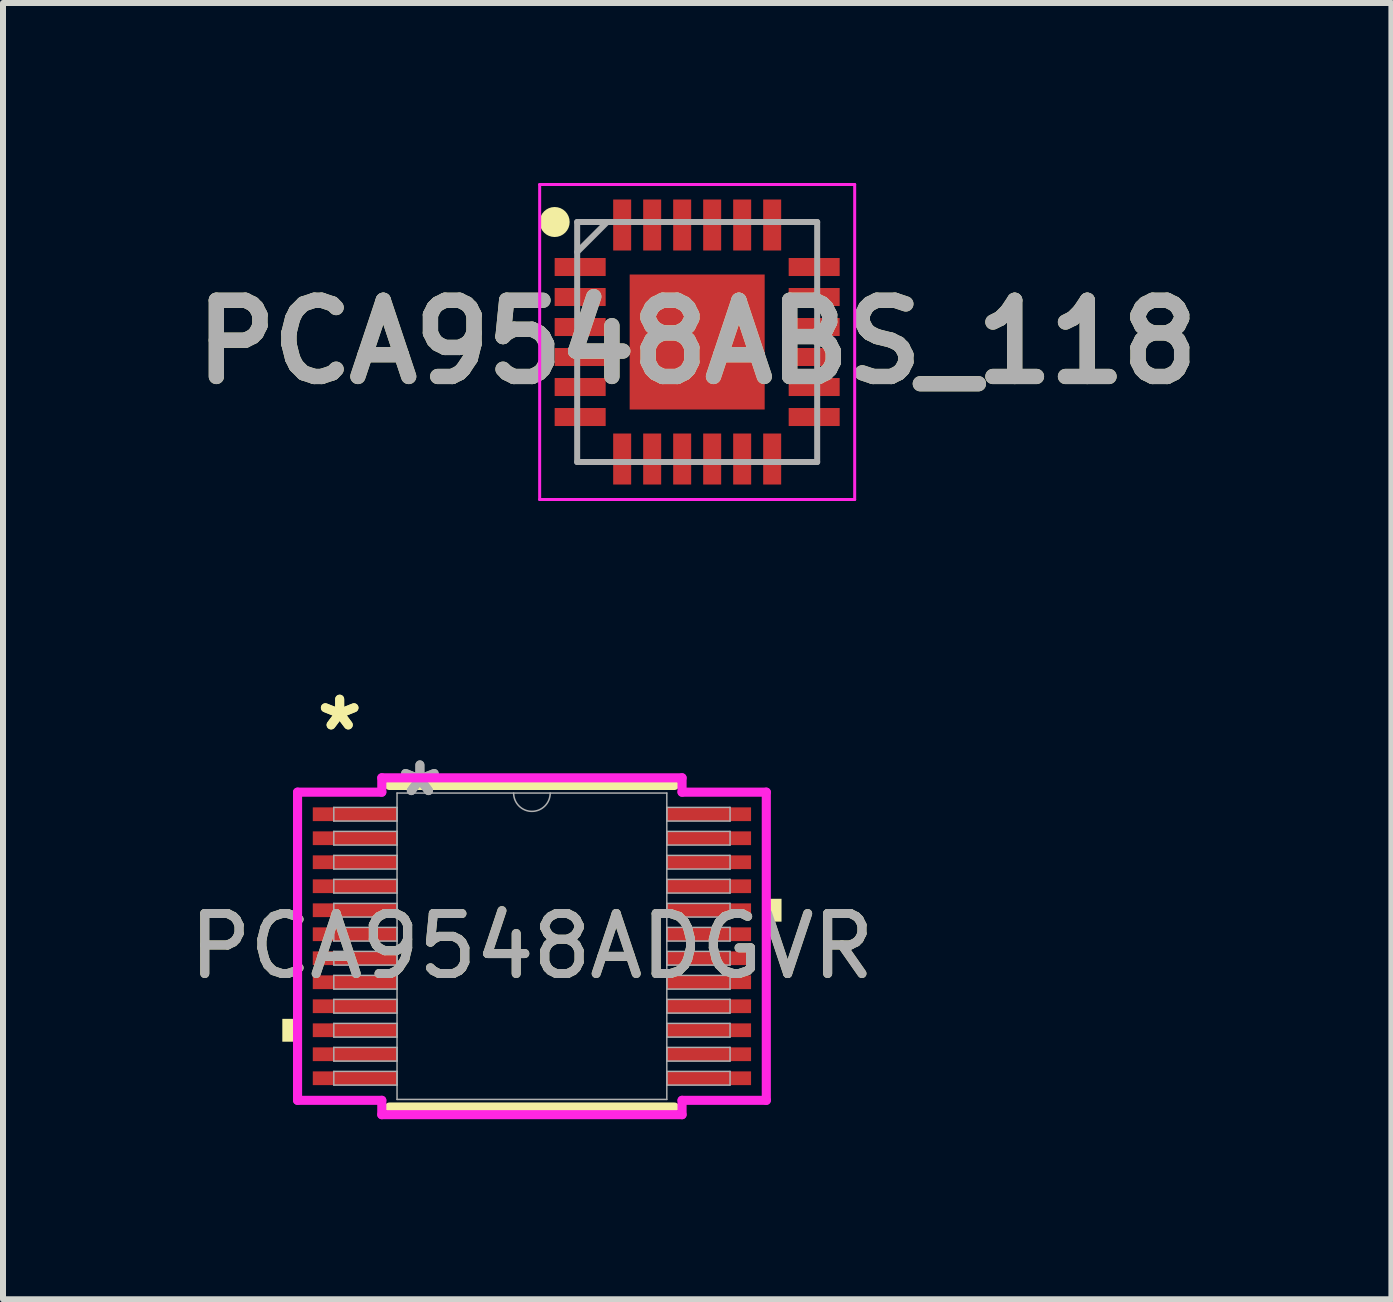
<source format=kicad_pcb>
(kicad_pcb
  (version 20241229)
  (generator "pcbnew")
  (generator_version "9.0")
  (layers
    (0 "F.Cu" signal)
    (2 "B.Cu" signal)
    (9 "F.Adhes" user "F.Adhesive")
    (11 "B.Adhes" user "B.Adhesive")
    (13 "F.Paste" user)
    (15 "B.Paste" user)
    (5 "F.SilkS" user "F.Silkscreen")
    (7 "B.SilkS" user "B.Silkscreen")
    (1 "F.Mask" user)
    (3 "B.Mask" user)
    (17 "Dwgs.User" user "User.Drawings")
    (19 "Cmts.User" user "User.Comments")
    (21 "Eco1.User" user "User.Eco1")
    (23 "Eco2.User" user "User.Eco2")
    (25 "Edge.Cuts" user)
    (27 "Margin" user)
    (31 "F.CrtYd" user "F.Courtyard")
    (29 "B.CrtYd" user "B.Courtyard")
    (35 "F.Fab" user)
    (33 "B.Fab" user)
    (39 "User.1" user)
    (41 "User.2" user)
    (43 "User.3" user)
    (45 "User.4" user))
  (footprint "PCA9548ADGVR"
    (layer "F.Cu")
    (at 5.815 12.72)
    (property "Reference" "PCA9548ADGVR" (at 0 0 0) (unlocked yes) (layer "F.SilkS") (effects (font (size 1 1) (thickness 0.15))))
    (attr smd)
    (fp_line (start -2.375 2.68) (end 2.375 2.68) (stroke (width 0.152) (type solid)) (layer "F.SilkS"))
    (fp_line (start 2.375 -2.68) (end -2.375 -2.68) (stroke (width 0.152) (type solid)) (layer "F.SilkS"))
    (fp_poly (pts (xy -4.16 1.21) (xy -4.16 1.591) (xy -3.906 1.591) (xy -3.906 1.21)) (stroke (width 0) (type solid)) (fill yes) (layer "F.SilkS"))
    (fp_poly (pts (xy 4.16 -0.791) (xy 4.16 -0.41) (xy 3.906 -0.41) (xy 3.906 -0.791)) (stroke (width 0) (type solid)) (fill yes) (layer "F.SilkS"))
    (fp_line (start -3.906 -2.568) (end -2.502 -2.568) (stroke (width 0.152) (type solid)) (layer "F.CrtYd"))
    (fp_line (start -3.906 2.568) (end -3.906 -2.568) (stroke (width 0.152) (type solid)) (layer "F.CrtYd"))
    (fp_line (start -3.906 2.568) (end -2.502 2.568) (stroke (width 0.152) (type solid)) (layer "F.CrtYd"))
    (fp_line (start -2.502 -2.807) (end 2.502 -2.807) (stroke (width 0.152) (type solid)) (layer "F.CrtYd"))
    (fp_line (start -2.502 -2.568) (end -2.502 -2.807) (stroke (width 0.152) (type solid)) (layer "F.CrtYd"))
    (fp_line (start -2.502 2.807) (end -2.502 2.568) (stroke (width 0.152) (type solid)) (layer "F.CrtYd"))
    (fp_line (start 2.502 -2.807) (end 2.502 -2.568) (stroke (width 0.152) (type solid)) (layer "F.CrtYd"))
    (fp_line (start 2.502 2.568) (end 2.502 2.807) (stroke (width 0.152) (type solid)) (layer "F.CrtYd"))
    (fp_line (start 2.502 2.807) (end -2.502 2.807) (stroke (width 0.152) (type solid)) (layer "F.CrtYd"))
    (fp_line (start 3.906 -2.568) (end 2.502 -2.568) (stroke (width 0.152) (type solid)) (layer "F.CrtYd"))
    (fp_line (start 3.906 -2.568) (end 3.906 2.568) (stroke (width 0.152) (type solid)) (layer "F.CrtYd"))
    (fp_line (start 3.906 2.568) (end 2.502 2.568) (stroke (width 0.152) (type solid)) (layer "F.CrtYd"))
    (fp_line (start -3.302 -2.314) (end -3.302 -2.086) (stroke (width 0.025) (type solid)) (layer "F.Fab"))
    (fp_line (start -3.302 -2.086) (end -2.248 -2.086) (stroke (width 0.025) (type solid)) (layer "F.Fab"))
    (fp_line (start -3.302 -1.914) (end -3.302 -1.686) (stroke (width 0.025) (type solid)) (layer "F.Fab"))
    (fp_line (start -3.302 -1.686) (end -2.248 -1.686) (stroke (width 0.025) (type solid)) (layer "F.Fab"))
    (fp_line (start -3.302 -1.514) (end -3.302 -1.286) (stroke (width 0.025) (type solid)) (layer "F.Fab"))
    (fp_line (start -3.302 -1.286) (end -2.248 -1.286) (stroke (width 0.025) (type solid)) (layer "F.Fab"))
    (fp_line (start -3.302 -1.114) (end -3.302 -0.886) (stroke (width 0.025) (type solid)) (layer "F.Fab"))
    (fp_line (start -3.302 -0.886) (end -2.248 -0.886) (stroke (width 0.025) (type solid)) (layer "F.Fab"))
    (fp_line (start -3.302 -0.714) (end -3.302 -0.486) (stroke (width 0.025) (type solid)) (layer "F.Fab"))
    (fp_line (start -3.302 -0.486) (end -2.248 -0.486) (stroke (width 0.025) (type solid)) (layer "F.Fab"))
    (fp_line (start -3.302 -0.314) (end -3.302 -0.086) (stroke (width 0.025) (type solid)) (layer "F.Fab"))
    (fp_line (start -3.302 -0.086) (end -2.248 -0.086) (stroke (width 0.025) (type solid)) (layer "F.Fab"))
    (fp_line (start -3.302 0.086) (end -3.302 0.314) (stroke (width 0.025) (type solid)) (layer "F.Fab"))
    (fp_line (start -3.302 0.314) (end -2.248 0.314) (stroke (width 0.025) (type solid)) (layer "F.Fab"))
    (fp_line (start -3.302 0.486) (end -3.302 0.714) (stroke (width 0.025) (type solid)) (layer "F.Fab"))
    (fp_line (start -3.302 0.714) (end -2.248 0.714) (stroke (width 0.025) (type solid)) (layer "F.Fab"))
    (fp_line (start -3.302 0.886) (end -3.302 1.114) (stroke (width 0.025) (type solid)) (layer "F.Fab"))
    (fp_line (start -3.302 1.114) (end -2.248 1.114) (stroke (width 0.025) (type solid)) (layer "F.Fab"))
    (fp_line (start -3.302 1.286) (end -3.302 1.514) (stroke (width 0.025) (type solid)) (layer "F.Fab"))
    (fp_line (start -3.302 1.514) (end -2.248 1.514) (stroke (width 0.025) (type solid)) (layer "F.Fab"))
    (fp_line (start -3.302 1.686) (end -3.302 1.914) (stroke (width 0.025) (type solid)) (layer "F.Fab"))
    (fp_line (start -3.302 1.914) (end -2.248 1.914) (stroke (width 0.025) (type solid)) (layer "F.Fab"))
    (fp_line (start -3.302 2.086) (end -3.302 2.314) (stroke (width 0.025) (type solid)) (layer "F.Fab"))
    (fp_line (start -3.302 2.314) (end -2.248 2.314) (stroke (width 0.025) (type solid)) (layer "F.Fab"))
    (fp_line (start -2.248 -2.553) (end -2.248 2.553) (stroke (width 0.025) (type solid)) (layer "F.Fab"))
    (fp_line (start -2.248 -2.314) (end -3.302 -2.314) (stroke (width 0.025) (type solid)) (layer "F.Fab"))
    (fp_line (start -2.248 -2.086) (end -2.248 -2.314) (stroke (width 0.025) (type solid)) (layer "F.Fab"))
    (fp_line (start -2.248 -1.914) (end -3.302 -1.914) (stroke (width 0.025) (type solid)) (layer "F.Fab"))
    (fp_line (start -2.248 -1.686) (end -2.248 -1.914) (stroke (width 0.025) (type solid)) (layer "F.Fab"))
    (fp_line (start -2.248 -1.514) (end -3.302 -1.514) (stroke (width 0.025) (type solid)) (layer "F.Fab"))
    (fp_line (start -2.248 -1.286) (end -2.248 -1.514) (stroke (width 0.025) (type solid)) (layer "F.Fab"))
    (fp_line (start -2.248 -1.114) (end -3.302 -1.114) (stroke (width 0.025) (type solid)) (layer "F.Fab"))
    (fp_line (start -2.248 -0.886) (end -2.248 -1.114) (stroke (width 0.025) (type solid)) (layer "F.Fab"))
    (fp_line (start -2.248 -0.714) (end -3.302 -0.714) (stroke (width 0.025) (type solid)) (layer "F.Fab"))
    (fp_line (start -2.248 -0.486) (end -2.248 -0.714) (stroke (width 0.025) (type solid)) (layer "F.Fab"))
    (fp_line (start -2.248 -0.314) (end -3.302 -0.314) (stroke (width 0.025) (type solid)) (layer "F.Fab"))
    (fp_line (start -2.248 -0.086) (end -2.248 -0.314) (stroke (width 0.025) (type solid)) (layer "F.Fab"))
    (fp_line (start -2.248 0.086) (end -3.302 0.086) (stroke (width 0.025) (type solid)) (layer "F.Fab"))
    (fp_line (start -2.248 0.314) (end -2.248 0.086) (stroke (width 0.025) (type solid)) (layer "F.Fab"))
    (fp_line (start -2.248 0.486) (end -3.302 0.486) (stroke (width 0.025) (type solid)) (layer "F.Fab"))
    (fp_line (start -2.248 0.714) (end -2.248 0.486) (stroke (width 0.025) (type solid)) (layer "F.Fab"))
    (fp_line (start -2.248 0.886) (end -3.302 0.886) (stroke (width 0.025) (type solid)) (layer "F.Fab"))
    (fp_line (start -2.248 1.114) (end -2.248 0.886) (stroke (width 0.025) (type solid)) (layer "F.Fab"))
    (fp_line (start -2.248 1.286) (end -3.302 1.286) (stroke (width 0.025) (type solid)) (layer "F.Fab"))
    (fp_line (start -2.248 1.514) (end -2.248 1.286) (stroke (width 0.025) (type solid)) (layer "F.Fab"))
    (fp_line (start -2.248 1.686) (end -3.302 1.686) (stroke (width 0.025) (type solid)) (layer "F.Fab"))
    (fp_line (start -2.248 1.914) (end -2.248 1.686) (stroke (width 0.025) (type solid)) (layer "F.Fab"))
    (fp_line (start -2.248 2.086) (end -3.302 2.086) (stroke (width 0.025) (type solid)) (layer "F.Fab"))
    (fp_line (start -2.248 2.314) (end -2.248 2.086) (stroke (width 0.025) (type solid)) (layer "F.Fab"))
    (fp_line (start -2.248 2.553) (end 2.248 2.553) (stroke (width 0.025) (type solid)) (layer "F.Fab"))
    (fp_line (start 2.248 -2.553) (end -2.248 -2.553) (stroke (width 0.025) (type solid)) (layer "F.Fab"))
    (fp_line (start 2.248 -2.314) (end 2.248 -2.086) (stroke (width 0.025) (type solid)) (layer "F.Fab"))
    (fp_line (start 2.248 -2.086) (end 3.302 -2.086) (stroke (width 0.025) (type solid)) (layer "F.Fab"))
    (fp_line (start 2.248 -1.914) (end 2.248 -1.686) (stroke (width 0.025) (type solid)) (layer "F.Fab"))
    (fp_line (start 2.248 -1.686) (end 3.302 -1.686) (stroke (width 0.025) (type solid)) (layer "F.Fab"))
    (fp_line (start 2.248 -1.514) (end 2.248 -1.286) (stroke (width 0.025) (type solid)) (layer "F.Fab"))
    (fp_line (start 2.248 -1.286) (end 3.302 -1.286) (stroke (width 0.025) (type solid)) (layer "F.Fab"))
    (fp_line (start 2.248 -1.114) (end 2.248 -0.886) (stroke (width 0.025) (type solid)) (layer "F.Fab"))
    (fp_line (start 2.248 -0.886) (end 3.302 -0.886) (stroke (width 0.025) (type solid)) (layer "F.Fab"))
    (fp_line (start 2.248 -0.714) (end 2.248 -0.486) (stroke (width 0.025) (type solid)) (layer "F.Fab"))
    (fp_line (start 2.248 -0.486) (end 3.302 -0.486) (stroke (width 0.025) (type solid)) (layer "F.Fab"))
    (fp_line (start 2.248 -0.314) (end 2.248 -0.086) (stroke (width 0.025) (type solid)) (layer "F.Fab"))
    (fp_line (start 2.248 -0.086) (end 3.302 -0.086) (stroke (width 0.025) (type solid)) (layer "F.Fab"))
    (fp_line (start 2.248 0.086) (end 2.248 0.314) (stroke (width 0.025) (type solid)) (layer "F.Fab"))
    (fp_line (start 2.248 0.314) (end 3.302 0.314) (stroke (width 0.025) (type solid)) (layer "F.Fab"))
    (fp_line (start 2.248 0.486) (end 2.248 0.714) (stroke (width 0.025) (type solid)) (layer "F.Fab"))
    (fp_line (start 2.248 0.714) (end 3.302 0.714) (stroke (width 0.025) (type solid)) (layer "F.Fab"))
    (fp_line (start 2.248 0.886) (end 2.248 1.114) (stroke (width 0.025) (type solid)) (layer "F.Fab"))
    (fp_line (start 2.248 1.114) (end 3.302 1.114) (stroke (width 0.025) (type solid)) (layer "F.Fab"))
    (fp_line (start 2.248 1.286) (end 2.248 1.514) (stroke (width 0.025) (type solid)) (layer "F.Fab"))
    (fp_line (start 2.248 1.514) (end 3.302 1.514) (stroke (width 0.025) (type solid)) (layer "F.Fab"))
    (fp_line (start 2.248 1.686) (end 2.248 1.914) (stroke (width 0.025) (type solid)) (layer "F.Fab"))
    (fp_line (start 2.248 1.914) (end 3.302 1.914) (stroke (width 0.025) (type solid)) (layer "F.Fab"))
    (fp_line (start 2.248 2.086) (end 2.248 2.314) (stroke (width 0.025) (type solid)) (layer "F.Fab"))
    (fp_line (start 2.248 2.314) (end 3.302 2.314) (stroke (width 0.025) (type solid)) (layer "F.Fab"))
    (fp_line (start 2.248 2.553) (end 2.248 -2.553) (stroke (width 0.025) (type solid)) (layer "F.Fab"))
    (fp_line (start 3.302 -2.314) (end 2.248 -2.314) (stroke (width 0.025) (type solid)) (layer "F.Fab"))
    (fp_line (start 3.302 -2.086) (end 3.302 -2.314) (stroke (width 0.025) (type solid)) (layer "F.Fab"))
    (fp_line (start 3.302 -1.914) (end 2.248 -1.914) (stroke (width 0.025) (type solid)) (layer "F.Fab"))
    (fp_line (start 3.302 -1.686) (end 3.302 -1.914) (stroke (width 0.025) (type solid)) (layer "F.Fab"))
    (fp_line (start 3.302 -1.514) (end 2.248 -1.514) (stroke (width 0.025) (type solid)) (layer "F.Fab"))
    (fp_line (start 3.302 -1.286) (end 3.302 -1.514) (stroke (width 0.025) (type solid)) (layer "F.Fab"))
    (fp_line (start 3.302 -1.114) (end 2.248 -1.114) (stroke (width 0.025) (type solid)) (layer "F.Fab"))
    (fp_line (start 3.302 -0.886) (end 3.302 -1.114) (stroke (width 0.025) (type solid)) (layer "F.Fab"))
    (fp_line (start 3.302 -0.714) (end 2.248 -0.714) (stroke (width 0.025) (type solid)) (layer "F.Fab"))
    (fp_line (start 3.302 -0.486) (end 3.302 -0.714) (stroke (width 0.025) (type solid)) (layer "F.Fab"))
    (fp_line (start 3.302 -0.314) (end 2.248 -0.314) (stroke (width 0.025) (type solid)) (layer "F.Fab"))
    (fp_line (start 3.302 -0.086) (end 3.302 -0.314) (stroke (width 0.025) (type solid)) (layer "F.Fab"))
    (fp_line (start 3.302 0.086) (end 2.248 0.086) (stroke (width 0.025) (type solid)) (layer "F.Fab"))
    (fp_line (start 3.302 0.314) (end 3.302 0.086) (stroke (width 0.025) (type solid)) (layer "F.Fab"))
    (fp_line (start 3.302 0.486) (end 2.248 0.486) (stroke (width 0.025) (type solid)) (layer "F.Fab"))
    (fp_line (start 3.302 0.714) (end 3.302 0.486) (stroke (width 0.025) (type solid)) (layer "F.Fab"))
    (fp_line (start 3.302 0.886) (end 2.248 0.886) (stroke (width 0.025) (type solid)) (layer "F.Fab"))
    (fp_line (start 3.302 1.114) (end 3.302 0.886) (stroke (width 0.025) (type solid)) (layer "F.Fab"))
    (fp_line (start 3.302 1.286) (end 2.248 1.286) (stroke (width 0.025) (type solid)) (layer "F.Fab"))
    (fp_line (start 3.302 1.514) (end 3.302 1.286) (stroke (width 0.025) (type solid)) (layer "F.Fab"))
    (fp_line (start 3.302 1.686) (end 2.248 1.686) (stroke (width 0.025) (type solid)) (layer "F.Fab"))
    (fp_line (start 3.302 1.914) (end 3.302 1.686) (stroke (width 0.025) (type solid)) (layer "F.Fab"))
    (fp_line (start 3.302 2.086) (end 2.248 2.086) (stroke (width 0.025) (type solid)) (layer "F.Fab"))
    (fp_line (start 3.302 2.314) (end 3.302 2.086) (stroke (width 0.025) (type solid)) (layer "F.Fab"))
    (fp_arc (start 0.3048 -2.5527) (mid 0 -2.2479) (end -0.3048 -2.5527) (stroke (width 0.0254) (type solid)) (layer "F.Fab"))
    (fp_text user "*" (at -3.204 -3.572 0) (layer "F.SilkS") (effects (font (size 1 1) (thickness 0.15))))
    (fp_text user "*" (at -3.204 -3.572 0) (unlocked yes) (layer "F.SilkS") (effects (font (size 1 1) (thickness 0.15))))
    (fp_text user "${REFERENCE}" (at 0 0 0) (unlocked yes) (layer "F.Fab") (effects (font (size 1 1) (thickness 0.15))))
    (fp_text user "*" (at -1.867 -2.477 0) (layer "F.Fab") (effects (font (size 1 1) (thickness 0.15))))
    (fp_text user "*" (at -1.867 -2.477 0) (unlocked yes) (layer "F.Fab") (effects (font (size 1 1) (thickness 0.15))))
    (pad "1" smd rect (at -2.95 -2.2) (size 1.404 0.229) (layers "F.Cu" "F.Mask" "F.Paste"))
    (pad "2" smd rect (at -2.95 -1.8) (size 1.404 0.229) (layers "F.Cu" "F.Mask" "F.Paste"))
    (pad "3" smd rect (at -2.95 -1.4) (size 1.404 0.229) (layers "F.Cu" "F.Mask" "F.Paste"))
    (pad "4" smd rect (at -2.95 -1) (size 1.404 0.229) (layers "F.Cu" "F.Mask" "F.Paste"))
    (pad "5" smd rect (at -2.95 -0.6) (size 1.404 0.229) (layers "F.Cu" "F.Mask" "F.Paste"))
    (pad "6" smd rect (at -2.95 -0.2) (size 1.404 0.229) (layers "F.Cu" "F.Mask" "F.Paste"))
    (pad "7" smd rect (at -2.95 0.2) (size 1.404 0.229) (layers "F.Cu" "F.Mask" "F.Paste"))
    (pad "8" smd rect (at -2.95 0.6) (size 1.404 0.229) (layers "F.Cu" "F.Mask" "F.Paste"))
    (pad "9" smd rect (at -2.95 1) (size 1.404 0.229) (layers "F.Cu" "F.Mask" "F.Paste"))
    (pad "10" smd rect (at -2.95 1.4) (size 1.404 0.229) (layers "F.Cu" "F.Mask" "F.Paste"))
    (pad "11" smd rect (at -2.95 1.8) (size 1.404 0.229) (layers "F.Cu" "F.Mask" "F.Paste"))
    (pad "12" smd rect (at -2.95 2.2) (size 1.404 0.229) (layers "F.Cu" "F.Mask" "F.Paste"))
    (pad "13" smd rect (at 2.95 2.2) (size 1.404 0.229) (layers "F.Cu" "F.Mask" "F.Paste"))
    (pad "14" smd rect (at 2.95 1.8) (size 1.404 0.229) (layers "F.Cu" "F.Mask" "F.Paste"))
    (pad "15" smd rect (at 2.95 1.4) (size 1.404 0.229) (layers "F.Cu" "F.Mask" "F.Paste"))
    (pad "16" smd rect (at 2.95 1) (size 1.404 0.229) (layers "F.Cu" "F.Mask" "F.Paste"))
    (pad "17" smd rect (at 2.95 0.6) (size 1.404 0.229) (layers "F.Cu" "F.Mask" "F.Paste"))
    (pad "18" smd rect (at 2.95 0.2) (size 1.404 0.229) (layers "F.Cu" "F.Mask" "F.Paste"))
    (pad "19" smd rect (at 2.95 -0.2) (size 1.404 0.229) (layers "F.Cu" "F.Mask" "F.Paste"))
    (pad "20" smd rect (at 2.95 -0.6) (size 1.404 0.229) (layers "F.Cu" "F.Mask" "F.Paste"))
    (pad "21" smd rect (at 2.95 -1) (size 1.404 0.229) (layers "F.Cu" "F.Mask" "F.Paste"))
    (pad "22" smd rect (at 2.95 -1.4) (size 1.404 0.229) (layers "F.Cu" "F.Mask" "F.Paste"))
    (pad "23" smd rect (at 2.95 -1.8) (size 1.404 0.229) (layers "F.Cu" "F.Mask" "F.Paste"))
    (pad "24" smd rect (at 2.95 -2.2) (size 1.404 0.229) (layers "F.Cu" "F.Mask" "F.Paste")))
  (footprint "PCA9548ABS_118"
    (layer "F.Cu")
    (at 8.569 2.65)
    (property "Reference" "PCA9548ABS_118" (at 0 0 0) (layer "F.SilkS") (effects (font (size 1.27 1.27) (thickness 0.254))))
    (attr smd)
    (fp_circle (center -2.375 -2) (end -2.375 -1.875) (stroke (width 0.25) (type solid)) (fill no) (layer "F.SilkS"))
    (fp_line (start -2.625 -2.625) (end 2.625 -2.625) (stroke (width 0.05) (type solid)) (layer "F.CrtYd"))
    (fp_line (start -2.625 2.625) (end -2.625 -2.625) (stroke (width 0.05) (type solid)) (layer "F.CrtYd"))
    (fp_line (start 2.625 -2.625) (end 2.625 2.625) (stroke (width 0.05) (type solid)) (layer "F.CrtYd"))
    (fp_line (start 2.625 2.625) (end -2.625 2.625) (stroke (width 0.05) (type solid)) (layer "F.CrtYd"))
    (fp_line (start -2 -2) (end 2 -2) (stroke (width 0.1) (type solid)) (layer "F.Fab"))
    (fp_line (start -2 -1.5) (end -1.5 -2) (stroke (width 0.1) (type solid)) (layer "F.Fab"))
    (fp_line (start -2 2) (end -2 -2) (stroke (width 0.1) (type solid)) (layer "F.Fab"))
    (fp_line (start 2 -2) (end 2 2) (stroke (width 0.1) (type solid)) (layer "F.Fab"))
    (fp_line (start 2 2) (end -2 2) (stroke (width 0.1) (type solid)) (layer "F.Fab"))
    (fp_text user "${REFERENCE}" (at 0 0 0) (layer "F.Fab") (effects (font (size 1.27 1.27) (thickness 0.254))))
    (pad "1" smd rect (at -1.95 -1.25 90) (size 0.3 0.85) (layers "F.Cu" "F.Mask" "F.Paste"))
    (pad "2" smd rect (at -1.95 -0.75 90) (size 0.3 0.85) (layers "F.Cu" "F.Mask" "F.Paste"))
    (pad "3" smd rect (at -1.95 -0.25 90) (size 0.3 0.85) (layers "F.Cu" "F.Mask" "F.Paste"))
    (pad "4" smd rect (at -1.95 0.25 90) (size 0.3 0.85) (layers "F.Cu" "F.Mask" "F.Paste"))
    (pad "5" smd rect (at -1.95 0.75 90) (size 0.3 0.85) (layers "F.Cu" "F.Mask" "F.Paste"))
    (pad "6" smd rect (at -1.95 1.25 90) (size 0.3 0.85) (layers "F.Cu" "F.Mask" "F.Paste"))
    (pad "7" smd rect (at -1.25 1.95) (size 0.3 0.85) (layers "F.Cu" "F.Mask" "F.Paste"))
    (pad "8" smd rect (at -0.75 1.95) (size 0.3 0.85) (layers "F.Cu" "F.Mask" "F.Paste"))
    (pad "9" smd rect (at -0.25 1.95) (size 0.3 0.85) (layers "F.Cu" "F.Mask" "F.Paste"))
    (pad "10" smd rect (at 0.25 1.95) (size 0.3 0.85) (layers "F.Cu" "F.Mask" "F.Paste"))
    (pad "11" smd rect (at 0.75 1.95) (size 0.3 0.85) (layers "F.Cu" "F.Mask" "F.Paste"))
    (pad "12" smd rect (at 1.25 1.95) (size 0.3 0.85) (layers "F.Cu" "F.Mask" "F.Paste"))
    (pad "13" smd rect (at 1.95 1.25 90) (size 0.3 0.85) (layers "F.Cu" "F.Mask" "F.Paste"))
    (pad "14" smd rect (at 1.95 0.75 90) (size 0.3 0.85) (layers "F.Cu" "F.Mask" "F.Paste"))
    (pad "15" smd rect (at 1.95 0.25 90) (size 0.3 0.85) (layers "F.Cu" "F.Mask" "F.Paste"))
    (pad "16" smd rect (at 1.95 -0.25 90) (size 0.3 0.85) (layers "F.Cu" "F.Mask" "F.Paste"))
    (pad "17" smd rect (at 1.95 -0.75 90) (size 0.3 0.85) (layers "F.Cu" "F.Mask" "F.Paste"))
    (pad "18" smd rect (at 1.95 -1.25 90) (size 0.3 0.85) (layers "F.Cu" "F.Mask" "F.Paste"))
    (pad "19" smd rect (at 1.25 -1.95) (size 0.3 0.85) (layers "F.Cu" "F.Mask" "F.Paste"))
    (pad "20" smd rect (at 0.75 -1.95) (size 0.3 0.85) (layers "F.Cu" "F.Mask" "F.Paste"))
    (pad "21" smd rect (at 0.25 -1.95) (size 0.3 0.85) (layers "F.Cu" "F.Mask" "F.Paste"))
    (pad "22" smd rect (at -0.25 -1.95) (size 0.3 0.85) (layers "F.Cu" "F.Mask" "F.Paste"))
    (pad "23" smd rect (at -0.75 -1.95) (size 0.3 0.85) (layers "F.Cu" "F.Mask" "F.Paste"))
    (pad "24" smd rect (at -1.25 -1.95) (size 0.3 0.85) (layers "F.Cu" "F.Mask" "F.Paste"))
    (pad "25" smd rect (at 0 0) (size 2.25 2.25) (layers "F.Cu" "F.Mask" "F.Paste")))
  (gr_rect
    (start -3 -3)
    (end 20.139 18.603)
    (stroke (width 0.1) (type default))
    (fill no)
    (layer "Edge.Cuts")))
</source>
